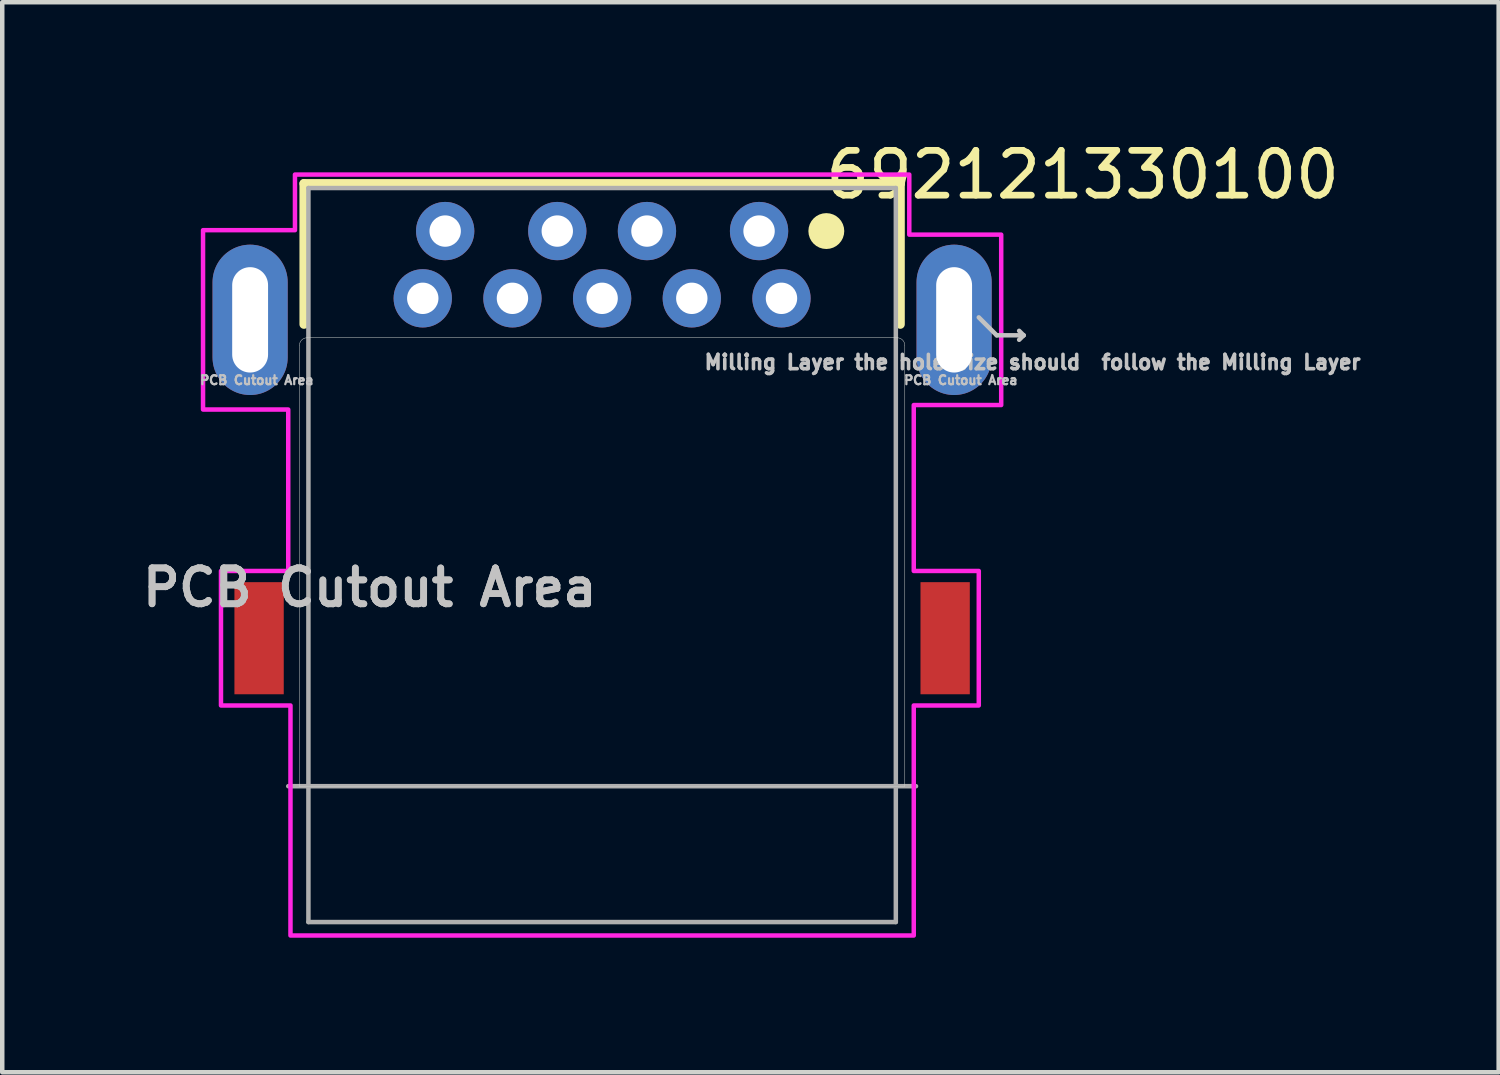
<source format=kicad_pcb>
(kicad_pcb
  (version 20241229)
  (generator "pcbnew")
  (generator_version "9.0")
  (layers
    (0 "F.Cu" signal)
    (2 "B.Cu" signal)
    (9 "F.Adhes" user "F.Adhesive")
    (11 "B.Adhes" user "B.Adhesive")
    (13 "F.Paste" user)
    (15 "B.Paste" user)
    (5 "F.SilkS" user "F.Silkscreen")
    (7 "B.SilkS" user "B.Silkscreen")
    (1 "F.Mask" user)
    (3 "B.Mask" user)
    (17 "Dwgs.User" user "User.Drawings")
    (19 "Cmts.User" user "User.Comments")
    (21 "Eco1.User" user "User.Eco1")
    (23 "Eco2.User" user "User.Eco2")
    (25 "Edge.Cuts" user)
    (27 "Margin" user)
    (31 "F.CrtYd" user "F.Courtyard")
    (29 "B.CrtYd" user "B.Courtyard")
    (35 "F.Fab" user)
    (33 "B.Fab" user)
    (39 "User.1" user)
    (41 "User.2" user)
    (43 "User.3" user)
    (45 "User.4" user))
  (footprint "692121330100"
    (layer "F.Cu")
    (at 10.378 9.328)
    (property "Reference" "692121330100" (at 10.715 -8.48 0) (layer "F.SilkS") (effects (font (size 1 1) (thickness 0.15))))
    (attr through_hole)
    (fp_line (start -6.65 -8.285) (end 6.65 -8.285) (stroke (width 0.2) (type solid)) (layer "F.SilkS"))
    (fp_line (start -6.65 -5.145) (end -6.65 -8.285) (stroke (width 0.2) (type solid)) (layer "F.SilkS"))
    (fp_line (start 6.65 -8.285) (end 6.65 -5.145) (stroke (width 0.2) (type solid)) (layer "F.SilkS"))
    (fp_circle (center 5 -7.225) (end 5.2 -7.225) (stroke (width 0.4) (type solid)) (fill no) (layer "F.SilkS"))
    (fp_line (start 8.4 -5.3) (end 8.8 -4.9) (stroke (width 0.1) (type solid)) (layer "Dwgs.User"))
    (fp_line (start 8.8 -4.9) (end 9.4 -4.9) (stroke (width 0.1) (type solid)) (layer "Dwgs.User"))
    (fp_line (start 9.4 -4.9) (end 9.3 -5) (stroke (width 0.1) (type solid)) (layer "Dwgs.User"))
    (fp_line (start 9.4 -4.9) (end 9.3 -4.8) (stroke (width 0.1) (type solid)) (layer "Dwgs.User"))
    (fp_line (start -6.75 -4.675) (end -6.75 5.155) (stroke (width 0.01) (type solid)) (layer "Edge.Cuts"))
    (fp_line (start -6.75 5.155) (end 6.75 5.155) (stroke (width 0.01) (type solid)) (layer "Edge.Cuts"))
    (fp_line (start 6.58 -4.845) (end -6.58 -4.845) (stroke (width 0.01) (type solid)) (layer "Edge.Cuts"))
    (fp_line (start 6.75 5.155) (end 6.75 -4.675) (stroke (width 0.01) (type solid)) (layer "Edge.Cuts"))
    (fp_arc (start -6.75 -4.675) (mid -6.700208 -4.795208) (end -6.58 -4.845) (stroke (width 0.01) (type solid)) (layer "Edge.Cuts"))
    (fp_arc (start 6.58 -4.845) (mid 6.700208 -4.795208) (end 6.75 -4.675) (stroke (width 0.01) (type solid)) (layer "Edge.Cuts"))
    (fp_poly (pts (xy -6.85 -8.485) (xy 6.85 -8.485) (xy 6.85 -7.145) (xy 8.9 -7.145) (xy 8.9 -3.345) (xy 6.95 -3.345) (xy 6.95 0.355) (xy 8.4 0.355) (xy 8.4 3.355) (xy 6.95 3.355) (xy 6.95 8.485) (xy -6.95 8.485) (xy -6.95 3.355) (xy -8.5 3.355) (xy -8.5 0.355) (xy -7 0.355) (xy -7 -3.245) (xy -8.9 -3.245) (xy -8.9 -7.245) (xy -6.85 -7.245)) (stroke (width 0.1) (type solid)) (fill no) (layer "F.CrtYd"))
    (fp_line (start -7 5.155) (end 7 5.155) (stroke (width 0.1) (type solid)) (layer "F.Fab"))
    (fp_line (start -6.55 -8.185) (end -6.55 8.185) (stroke (width 0.1) (type solid)) (layer "F.Fab"))
    (fp_line (start -6.55 8.185) (end 6.55 8.185) (stroke (width 0.1) (type solid)) (layer "F.Fab"))
    (fp_line (start 6.55 -8.185) (end -6.55 -8.185) (stroke (width 0.1) (type solid)) (layer "F.Fab"))
    (fp_line (start 6.55 8.185) (end 6.55 -8.185) (stroke (width 0.1) (type solid)) (layer "F.Fab"))
    (fp_text user "PCB Cutout Area" (at -7.7 -3.9 0) (layer "Dwgs.User") (effects (font (size 0.2 0.2) (thickness 0.15))))
    (fp_text user "PCB Cutout Area" (at 8 -3.9 0) (layer "Dwgs.User") (effects (font (size 0.2 0.2) (thickness 0.15))))
    (fp_text user "PCB Cutout Area" (at -5.18 0.725 0) (layer "Dwgs.User") (effects (font (size 0.8 0.8) (thickness 0.15))))
    (fp_text user "Milling Layer the hole size should  follow the Milling Layer" (at 9.6 -4.3 0) (layer "Dwgs.User") (effects (font (size 0.32 0.32) (thickness 0.15))))
    (fp_text user "PCB Cutout Area" (at -5.18 0.725 0) (layer "Dwgs.User") (effects (font (size 0.8 0.8) (thickness 0.15))))
    (fp_text user "PCB Cutout Area" (at -5.185 0.72 0) (layer "Edge.Cuts") (effects (font (size 0.8 0.8) (thickness 0.15))))
    (pad "1" thru_hole circle (at 3.5 -7.225) (size 1.3 1.3) (drill 0.7) (layers "*.Cu" "*.Mask"))
    (pad "2" thru_hole circle (at 1 -7.225) (size 1.3 1.3) (drill 0.7) (layers "*.Cu" "*.Mask"))
    (pad "3" thru_hole circle (at -1 -7.225) (size 1.3 1.3) (drill 0.7) (layers "*.Cu" "*.Mask"))
    (pad "4" thru_hole circle (at -3.5 -7.225) (size 1.3 1.3) (drill 0.7) (layers "*.Cu" "*.Mask"))
    (pad "5" thru_hole circle (at -4 -5.725) (size 1.3 1.3) (drill 0.7) (layers "*.Cu" "*.Mask"))
    (pad "6" thru_hole circle (at -2 -5.725) (size 1.3 1.3) (drill 0.7) (layers "*.Cu" "*.Mask"))
    (pad "7" thru_hole circle (at 0 -5.725) (size 1.3 1.3) (drill 0.7) (layers "*.Cu" "*.Mask"))
    (pad "8" thru_hole circle (at 2 -5.725) (size 1.3 1.3) (drill 0.7) (layers "*.Cu" "*.Mask"))
    (pad "9" thru_hole circle (at 4 -5.725) (size 1.3 1.3) (drill 0.7) (layers "*.Cu" "*.Mask"))
    (pad "S1" thru_hole oval (at -7.85 -5.245) (size 1.676 3.353) (drill oval 0.8 2.35) (layers "*.Cu" "*.Mask"))
    (pad "S2" thru_hole oval (at 7.85 -5.245) (size 1.676 3.353) (drill oval 0.8 2.35) (layers "*.Cu" "*.Mask"))
    (pad "S3" smd rect (at -7.65 1.855) (size 1.1 2.5) (layers "F.Cu" "F.Mask" "F.Paste"))
    (pad "S4" smd rect (at 7.65 1.855) (size 1.1 2.5) (layers "F.Cu" "F.Mask" "F.Paste")))
  (gr_rect
    (start -3 -3)
    (end 30.372 20.863)
    (stroke (width 0.1) (type default))
    (fill no)
    (layer "Edge.Cuts")))
</source>
